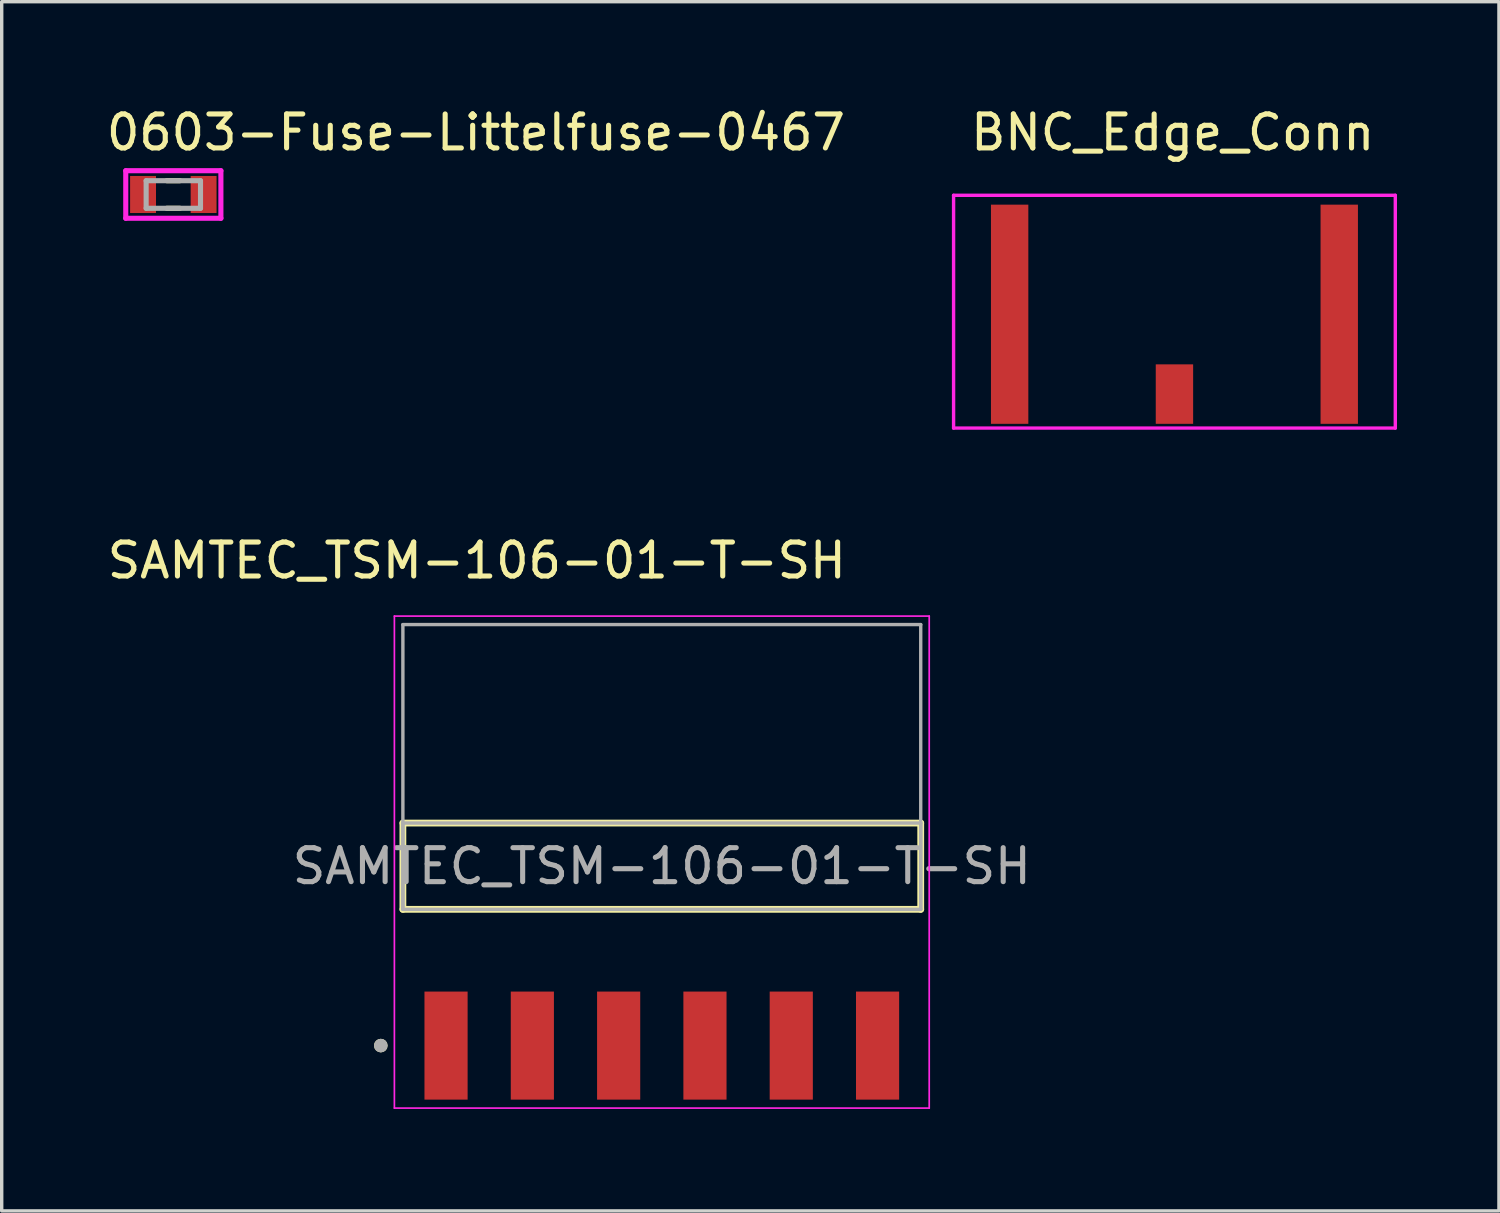
<source format=kicad_pcb>
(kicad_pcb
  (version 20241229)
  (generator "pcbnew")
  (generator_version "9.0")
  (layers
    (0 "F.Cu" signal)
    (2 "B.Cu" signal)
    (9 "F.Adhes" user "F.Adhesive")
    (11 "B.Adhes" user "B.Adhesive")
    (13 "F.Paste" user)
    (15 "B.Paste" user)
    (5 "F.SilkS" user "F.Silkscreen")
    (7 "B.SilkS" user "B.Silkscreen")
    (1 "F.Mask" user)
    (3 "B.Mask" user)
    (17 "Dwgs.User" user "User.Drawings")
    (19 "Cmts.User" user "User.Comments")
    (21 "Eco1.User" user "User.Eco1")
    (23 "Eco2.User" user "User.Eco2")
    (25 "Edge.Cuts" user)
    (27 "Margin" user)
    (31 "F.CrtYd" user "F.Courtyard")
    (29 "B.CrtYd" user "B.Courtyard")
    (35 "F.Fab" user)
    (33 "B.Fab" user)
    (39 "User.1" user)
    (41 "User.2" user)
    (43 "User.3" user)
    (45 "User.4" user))
  (footprint "SAMTEC_TSM-106-01-T-SH"
    (layer "F.Cu")
    (at 16.427 22.442)
    (property "Reference" "SAMTEC_TSM-106-01-T-SH" (at -5.445 -8.995 0) (layer "F.SilkS") (effects (font (size 1 1) (thickness 0.15))))
    (attr smd)
    (fp_line (start -7.62 1.27) (end -7.62 -1.27) (stroke (width 0.2) (type solid)) (layer "F.SilkS"))
    (fp_line (start 7.62 -1.27) (end -7.62 -1.27) (stroke (width 0.2) (type solid)) (layer "F.SilkS"))
    (fp_line (start 7.62 -1.27) (end 7.62 1.27) (stroke (width 0.2) (type solid)) (layer "F.SilkS"))
    (fp_line (start 7.62 1.27) (end -7.62 1.27) (stroke (width 0.2) (type solid)) (layer "F.SilkS"))
    (fp_circle (center -8.27 5.28) (end -8.17 5.28) (stroke (width 0.2) (type solid)) (fill no) (layer "F.SilkS"))
    (fp_line (start -7.87 -7.36) (end 7.87 -7.36) (stroke (width 0.05) (type solid)) (layer "F.CrtYd"))
    (fp_line (start -7.87 7.12) (end -7.87 -7.36) (stroke (width 0.05) (type solid)) (layer "F.CrtYd"))
    (fp_line (start 7.87 -7.36) (end 7.87 7.12) (stroke (width 0.05) (type solid)) (layer "F.CrtYd"))
    (fp_line (start 7.87 7.12) (end -7.87 7.12) (stroke (width 0.05) (type solid)) (layer "F.CrtYd"))
    (fp_line (start -7.62 -7.11) (end 7.62 -7.11) (stroke (width 0.1) (type solid)) (layer "F.Fab"))
    (fp_line (start -7.62 -1.27) (end 7.62 -1.27) (stroke (width 0.1) (type solid)) (layer "F.Fab"))
    (fp_line (start -7.62 1.27) (end -7.62 -7.11) (stroke (width 0.1) (type solid)) (layer "F.Fab"))
    (fp_line (start -7.62 1.27) (end -7.62 -1.27) (stroke (width 0.1) (type solid)) (layer "F.Fab"))
    (fp_line (start 7.62 -7.11) (end 7.62 1.27) (stroke (width 0.1) (type solid)) (layer "F.Fab"))
    (fp_line (start 7.62 -1.27) (end 7.62 1.27) (stroke (width 0.1) (type solid)) (layer "F.Fab"))
    (fp_line (start 7.62 1.27) (end -7.62 1.27) (stroke (width 0.1) (type solid)) (layer "F.Fab"))
    (fp_circle (center -8.27 5.28) (end -8.17 5.28) (stroke (width 0.2) (type solid)) (fill no) (layer "F.Fab"))
    (fp_text user "${REFERENCE}" (at 0 0 0) (layer "F.Fab") (effects (font (size 1 1) (thickness 0.15))))
    (pad "1" smd rect (at -6.35 5.28) (size 1.27 3.18) (layers "F.Cu" "F.Mask" "F.Paste"))
    (pad "2" smd rect (at -3.81 5.28) (size 1.27 3.18) (layers "F.Cu" "F.Mask" "F.Paste"))
    (pad "3" smd rect (at -1.27 5.28) (size 1.27 3.18) (layers "F.Cu" "F.Mask" "F.Paste"))
    (pad "4" smd rect (at 1.27 5.28) (size 1.27 3.18) (layers "F.Cu" "F.Mask" "F.Paste"))
    (pad "5" smd rect (at 3.81 5.28) (size 1.27 3.18) (layers "F.Cu" "F.Mask" "F.Paste"))
    (pad "6" smd rect (at 6.35 5.28) (size 1.27 3.18) (layers "F.Cu" "F.Mask" "F.Paste")))
  (footprint "0603-Fuse-Littelfuse-0467"
    (layer "F.Cu")
    (at 2.051 2.674)
    (property "Reference" "0603-Fuse-Littelfuse-0467" (at -2.051 -1.825 0) (layer "F.SilkS") (effects (font (size 1 1) (thickness 0.15)) (justify left)))
    (attr through_hole)
    (fp_line (start -0.194 -0.406) (end 0.194 -0.406) (stroke (width 0.15) (type solid)) (layer "F.SilkS"))
    (fp_line (start -0.194 0.406) (end 0.194 0.406) (stroke (width 0.15) (type solid)) (layer "F.SilkS"))
    (fp_line (start -1.4 -0.7) (end -1.4 0.7) (stroke (width 0.15) (type solid)) (layer "F.CrtYd"))
    (fp_line (start -1.4 0.7) (end 1.4 0.7) (stroke (width 0.15) (type solid)) (layer "F.CrtYd"))
    (fp_line (start 1.4 -0.7) (end -1.4 -0.7) (stroke (width 0.15) (type solid)) (layer "F.CrtYd"))
    (fp_line (start 1.4 0.7) (end 1.4 -0.7) (stroke (width 0.15) (type solid)) (layer "F.CrtYd"))
    (fp_line (start -0.8 0.406) (end -0.8 -0.406) (stroke (width 0.15) (type solid)) (layer "F.Fab"))
    (fp_line (start 0.8 -0.406) (end -0.8 -0.406) (stroke (width 0.15) (type solid)) (layer "F.Fab"))
    (fp_line (start 0.8 -0.406) (end 0.8 0.406) (stroke (width 0.15) (type solid)) (layer "F.Fab"))
    (fp_line (start 0.8 0.406) (end -0.8 0.406) (stroke (width 0.15) (type solid)) (layer "F.Fab"))
    (pad "1" smd rect (at -0.891 0) (size 0.762 1.09) (layers "F.Cu" "F.Mask" "F.Paste"))
    (pad "2" smd rect (at 0.891 0) (size 0.762 1.09) (layers "F.Cu" "F.Mask" "F.Paste")))
  (footprint "BNC_Edge_Conn"
    (layer "F.Cu")
    (at 31.514 8.548)
    (property "Reference" "BNC_Edge_Conn" (at -0.05 -7.7 0) (layer "F.SilkS") (effects (font (size 1 1) (thickness 0.15))))
    (attr smd)
    (fp_line (start -6.5 -5.85) (end -6.5 1) (stroke (width 0.1) (type solid)) (layer "F.CrtYd"))
    (fp_line (start 6.5 -5.85) (end -6.5 -5.85) (stroke (width 0.1) (type solid)) (layer "F.CrtYd"))
    (fp_line (start 6.5 1) (end -6.5 1) (stroke (width 0.1) (type solid)) (layer "F.CrtYd"))
    (fp_line (start 6.5 1) (end 6.5 -5.85) (stroke (width 0.1) (type solid)) (layer "F.CrtYd"))
    (pad "1" smd rect (at 0 0) (size 1.1 1.75) (layers "F.Cu" "F.Mask" "F.Paste"))
    (pad "2" smd rect (at -4.85 -2.35) (size 1.1 6.45) (layers "F.Cu" "F.Mask" "F.Paste"))
    (pad "2" smd rect (at 4.85 -2.35) (size 1.1 6.45) (layers "F.Cu" "F.Mask" "F.Paste")))
  (gr_rect
    (start -3 -3)
    (end 41.064 32.587)
    (stroke (width 0.1) (type default))
    (fill no)
    (layer "Edge.Cuts")))
</source>
